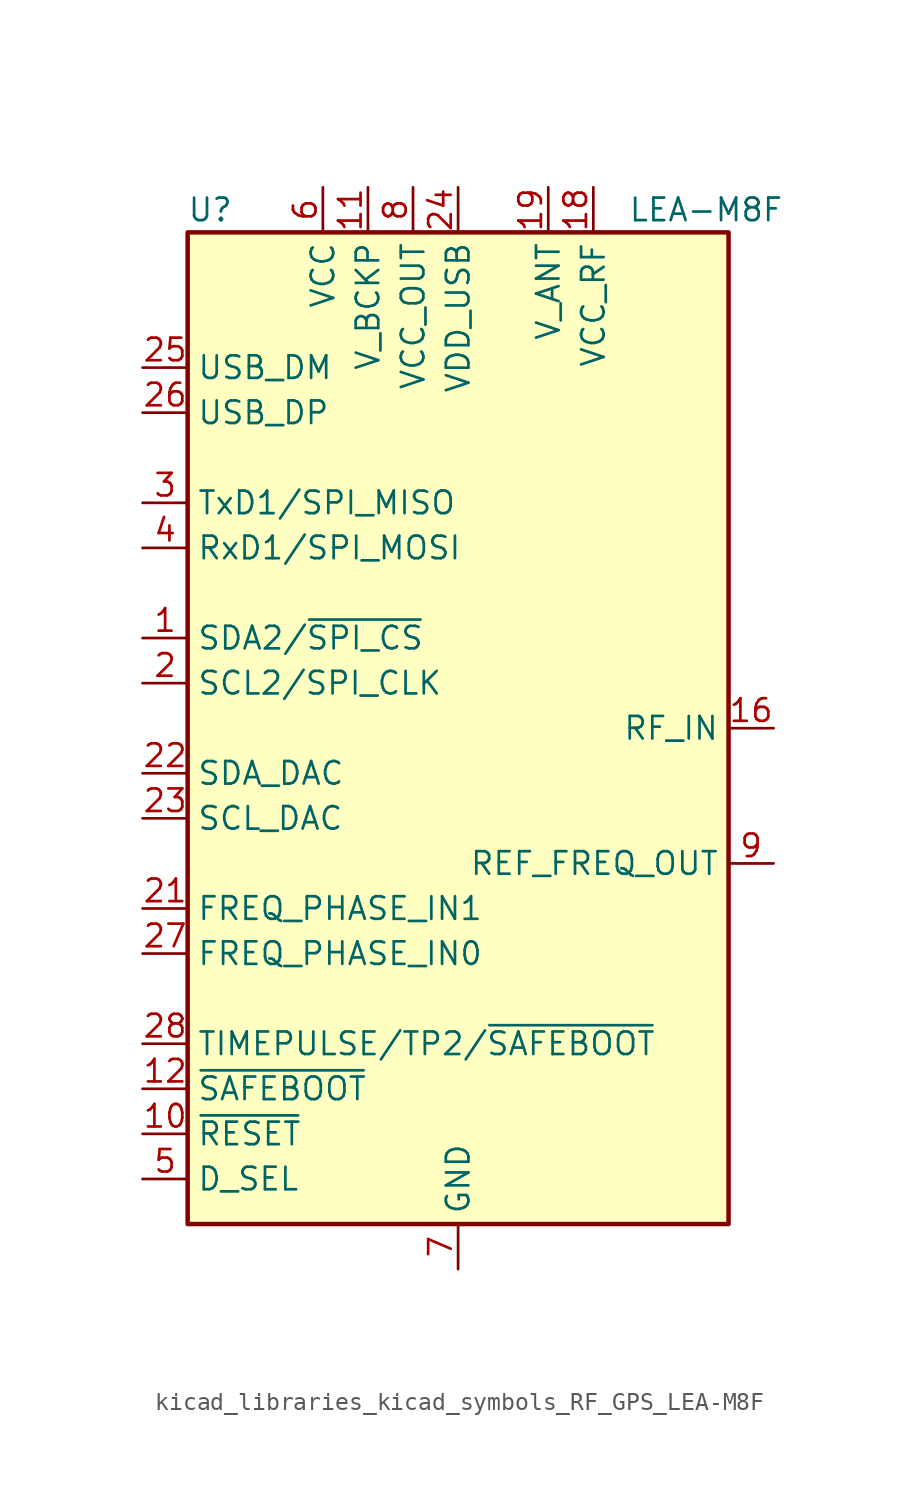
<source format=kicad_sym>
(kicad_symbol_lib
  (version 20220914)
  (generator kicad_symbol_editor)
  (symbol "kicad_libraries_kicad_symbols_RF_GPS_LEA-M8F"
    (property "Reference" "U"
      (at -13.97 29.21 0)
      (effects (font (size 1.27 1.27))))
    (property "Value" "LEA-M8F"
      (at 13.97 29.21 0)
      (effects (font (size 1.27 1.27))))
    (symbol "kicad_libraries_kicad_symbols_RF_GPS_LEA-M8F_0_1"
      (rectangle (start -15.24 27.94) (end 15.24 -27.94) (stroke (width 0.254) (type default)) (fill (type background))))
    (symbol "kicad_libraries_kicad_symbols_RF_GPS_LEA-M8F_1_1"
      (pin bidirectional line (at -17.78 5.08 0) (length 2.54) (name "SDA2/~{SPI_CS}" (effects (font (size 1.27 1.27)))) (number "1" (effects (font (size 1.27 1.27)))))
      (pin input line (at -17.78 -22.86 0) (length 2.54) (name "~{RESET}" (effects (font (size 1.27 1.27)))) (number "10" (effects (font (size 1.27 1.27)))))
      (pin power_in line (at -5.08 30.48 270) (length 2.54) (name "V_BCKP" (effects (font (size 1.27 1.27)))) (number "11" (effects (font (size 1.27 1.27)))))
      (pin input line (at -17.78 -20.32 0) (length 2.54) (name "~{SAFEBOOT}" (effects (font (size 1.27 1.27)))) (number "12" (effects (font (size 1.27 1.27)))))
      (pin passive line (at 0 -30.48 90) (length 2.54) hide (name "GND" (effects (font (size 1.27 1.27)))) (number "13" (effects (font (size 1.27 1.27)))))
      (pin passive line (at 0 -30.48 90) (length 2.54) hide (name "GND" (effects (font (size 1.27 1.27)))) (number "14" (effects (font (size 1.27 1.27)))))
      (pin passive line (at 0 -30.48 90) (length 2.54) hide (name "GND" (effects (font (size 1.27 1.27)))) (number "15" (effects (font (size 1.27 1.27)))))
      (pin input line (at 17.78 0 180) (length 2.54) (name "RF_IN" (effects (font (size 1.27 1.27)))) (number "16" (effects (font (size 1.27 1.27)))))
      (pin passive line (at 0 -30.48 90) (length 2.54) hide (name "GND" (effects (font (size 1.27 1.27)))) (number "17" (effects (font (size 1.27 1.27)))))
      (pin power_out line (at 7.62 30.48 270) (length 2.54) (name "VCC_RF" (effects (font (size 1.27 1.27)))) (number "18" (effects (font (size 1.27 1.27)))))
      (pin power_in line (at 5.08 30.48 270) (length 2.54) (name "V_ANT" (effects (font (size 1.27 1.27)))) (number "19" (effects (font (size 1.27 1.27)))))
      (pin input line (at -17.78 2.54 0) (length 2.54) (name "SCL2/SPI_CLK" (effects (font (size 1.27 1.27)))) (number "2" (effects (font (size 1.27 1.27)))))
      (pin no_connect line (at 15.24 2.54 180) (length 2.54) hide (name "RESERVED" (effects (font (size 1.27 1.27)))) (number "20" (effects (font (size 1.27 1.27)))))
      (pin input line (at -17.78 -10.16 0) (length 2.54) (name "FREQ_PHASE_IN1" (effects (font (size 1.27 1.27)))) (number "21" (effects (font (size 1.27 1.27)))))
      (pin bidirectional line (at -17.78 -2.54 0) (length 2.54) (name "SDA_DAC" (effects (font (size 1.27 1.27)))) (number "22" (effects (font (size 1.27 1.27)))))
      (pin output line (at -17.78 -5.08 0) (length 2.54) (name "SCL_DAC" (effects (font (size 1.27 1.27)))) (number "23" (effects (font (size 1.27 1.27)))))
      (pin power_in line (at 0 30.48 270) (length 2.54) (name "VDD_USB" (effects (font (size 1.27 1.27)))) (number "24" (effects (font (size 1.27 1.27)))))
      (pin bidirectional line (at -17.78 20.32 0) (length 2.54) (name "USB_DM" (effects (font (size 1.27 1.27)))) (number "25" (effects (font (size 1.27 1.27)))))
      (pin bidirectional line (at -17.78 17.78 0) (length 2.54) (name "USB_DP" (effects (font (size 1.27 1.27)))) (number "26" (effects (font (size 1.27 1.27)))))
      (pin input line (at -17.78 -12.7 0) (length 2.54) (name "FREQ_PHASE_IN0" (effects (font (size 1.27 1.27)))) (number "27" (effects (font (size 1.27 1.27)))))
      (pin bidirectional line (at -17.78 -17.78 0) (length 2.54) (name "TIMEPULSE/TP2/~{SAFEBOOT}" (effects (font (size 1.27 1.27)))) (number "28" (effects (font (size 1.27 1.27)))))
      (pin output line (at -17.78 12.7 0) (length 2.54) (name "TxD1/SPI_MISO" (effects (font (size 1.27 1.27)))) (number "3" (effects (font (size 1.27 1.27)))))
      (pin input line (at -17.78 10.16 0) (length 2.54) (name "RxD1/SPI_MOSI" (effects (font (size 1.27 1.27)))) (number "4" (effects (font (size 1.27 1.27)))))
      (pin input line (at -17.78 -25.4 0) (length 2.54) (name "D_SEL" (effects (font (size 1.27 1.27)))) (number "5" (effects (font (size 1.27 1.27)))))
      (pin power_in line (at -7.62 30.48 270) (length 2.54) (name "VCC" (effects (font (size 1.27 1.27)))) (number "6" (effects (font (size 1.27 1.27)))))
      (pin power_in line (at 0 -30.48 90) (length 2.54) (name "GND" (effects (font (size 1.27 1.27)))) (number "7" (effects (font (size 1.27 1.27)))))
      (pin power_out line (at -2.54 30.48 270) (length 2.54) (name "VCC_OUT" (effects (font (size 1.27 1.27)))) (number "8" (effects (font (size 1.27 1.27)))))
      (pin output line (at 17.78 -7.62 180) (length 2.54) (name "REF_FREQ_OUT" (effects (font (size 1.27 1.27)))) (number "9" (effects (font (size 1.27 1.27))))))))
</source>
